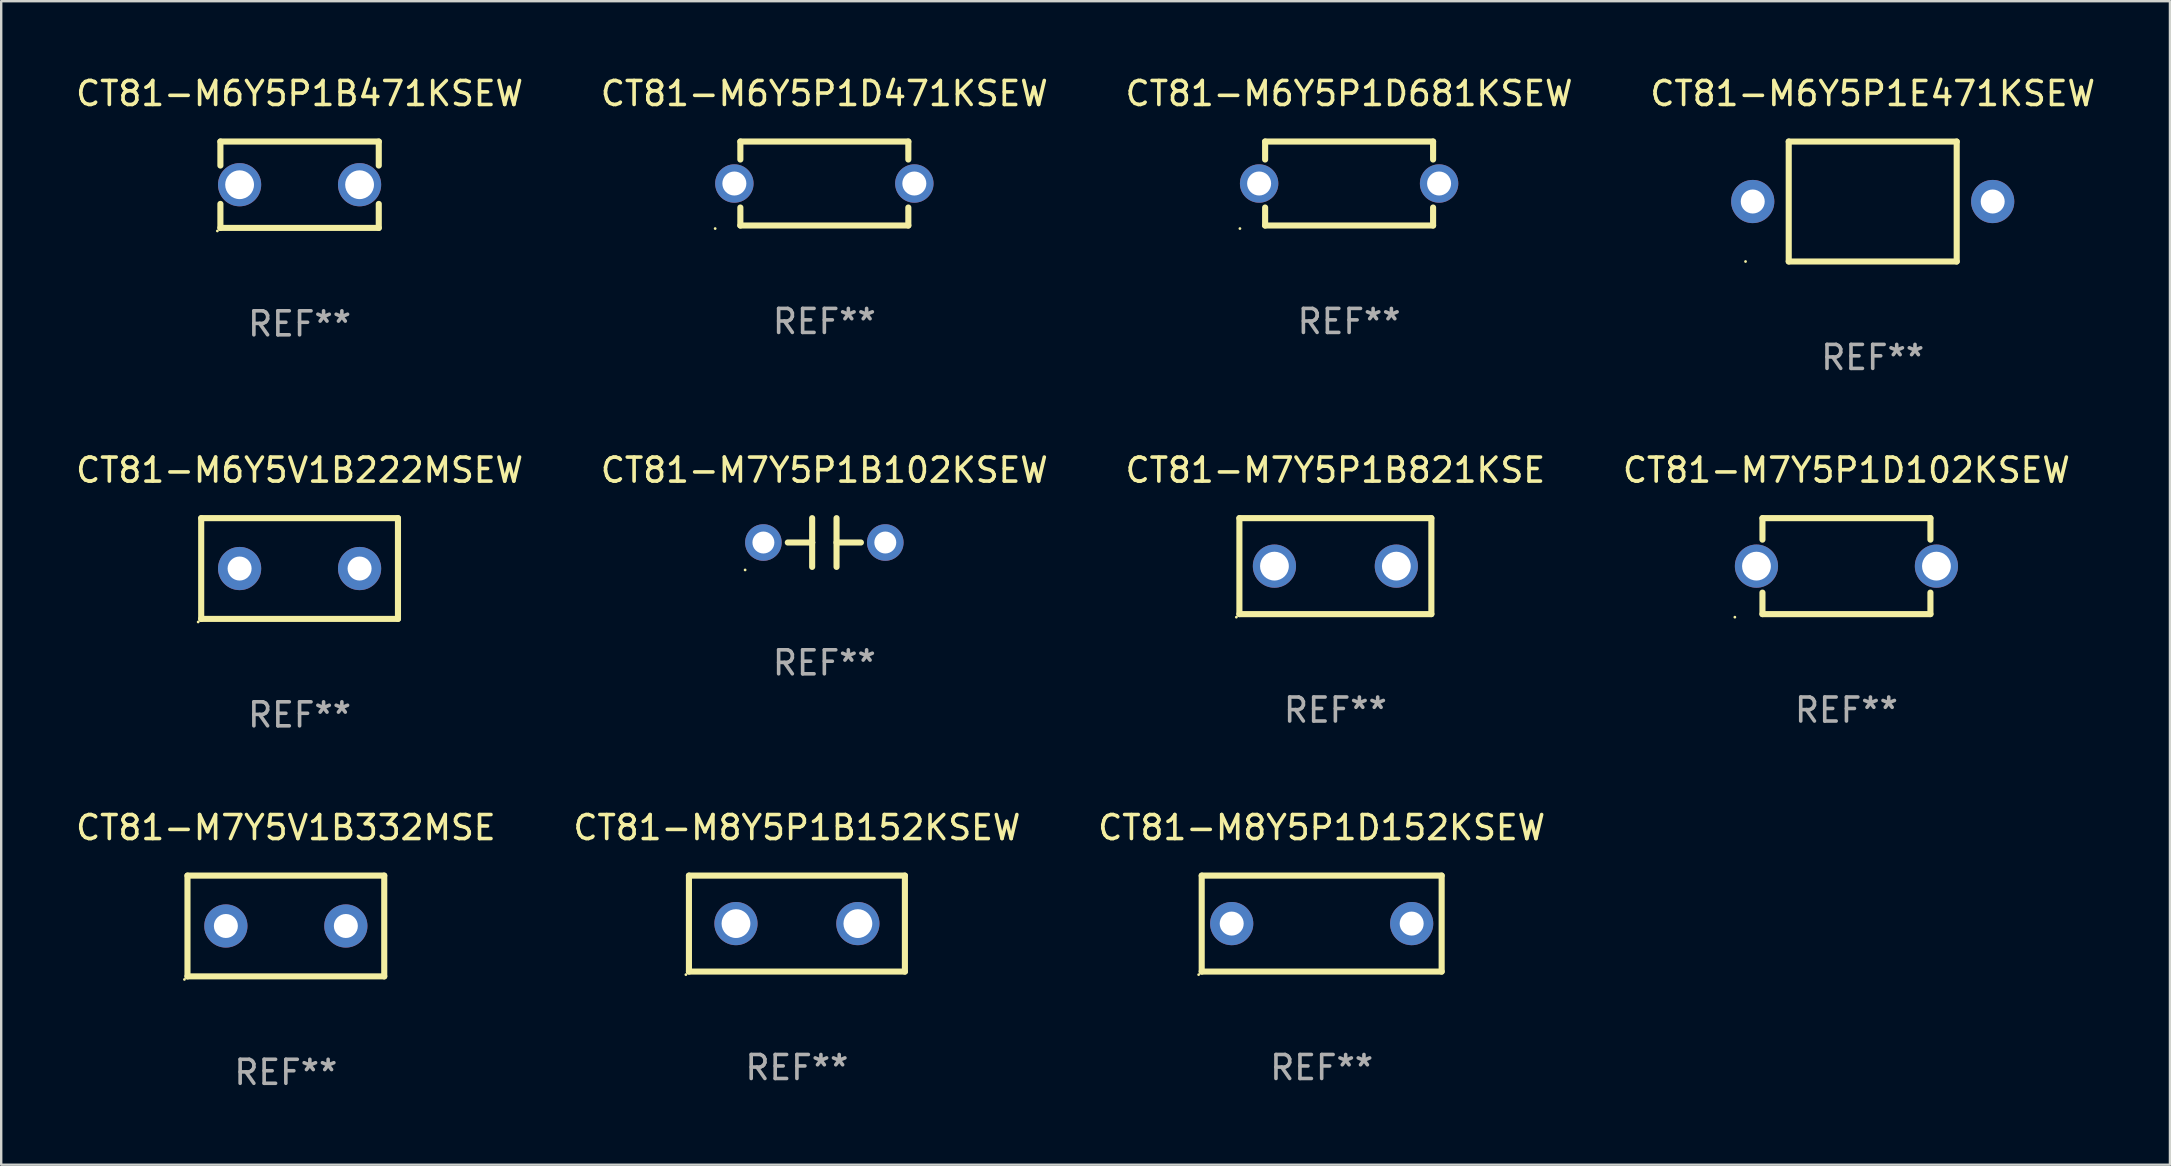
<source format=kicad_pcb>
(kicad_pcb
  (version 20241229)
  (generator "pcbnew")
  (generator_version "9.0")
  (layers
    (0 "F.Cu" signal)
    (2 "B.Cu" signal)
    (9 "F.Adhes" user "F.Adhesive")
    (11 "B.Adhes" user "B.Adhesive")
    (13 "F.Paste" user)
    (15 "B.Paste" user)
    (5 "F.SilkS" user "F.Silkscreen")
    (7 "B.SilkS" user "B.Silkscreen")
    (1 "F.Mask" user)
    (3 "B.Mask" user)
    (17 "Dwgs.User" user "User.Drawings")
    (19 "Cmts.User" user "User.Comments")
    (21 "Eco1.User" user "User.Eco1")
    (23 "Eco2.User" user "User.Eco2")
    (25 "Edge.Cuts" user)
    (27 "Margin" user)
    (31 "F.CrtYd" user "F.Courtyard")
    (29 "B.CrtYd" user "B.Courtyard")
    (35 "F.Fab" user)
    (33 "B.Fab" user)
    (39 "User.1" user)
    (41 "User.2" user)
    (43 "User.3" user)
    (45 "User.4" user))
  (footprint "CT81-M6Y5P1B471KSEW"
    (layer "F.Cu")
    (at 9.435 4.648)
    (property "Reference" "CT81-M6Y5P1B471KSEW" (at 0 -3.8 0) (layer "F.SilkS") (effects (font (size 1 1) (thickness 0.15))))
    (attr through_hole)
    (fp_line (start -3.3 -1.8) (end -3.3 -0.799) (stroke (width 0.254) (type solid)) (layer "F.SilkS"))
    (fp_line (start -3.3 -1.8) (end 3.3 -1.8) (stroke (width 0.254) (type solid)) (layer "F.SilkS"))
    (fp_line (start -3.3 0.799) (end -3.3 1.8) (stroke (width 0.254) (type solid)) (layer "F.SilkS"))
    (fp_line (start 3.3 1.8) (end -3.3 1.8) (stroke (width 0.254) (type solid)) (layer "F.SilkS"))
    (fp_line (start 3.3 -1.8) (end 3.3 -0.799) (stroke (width 0.254) (type solid)) (layer "F.SilkS"))
    (fp_line (start 3.3 0.799) (end 3.3 1.8) (stroke (width 0.254) (type solid)) (layer "F.SilkS"))
    (fp_circle (center -3.427 1.927) (end -3.397 1.927) (stroke (width 0.06) (type solid)) (fill no) (layer "F.SilkS"))
    (fp_text user "REF**" (at 0 5.8 0) (layer "F.Fab") (effects (font (size 1 1) (thickness 0.15))))
    (pad "1" thru_hole circle (at -2.5 0) (size 1.8 1.8) (drill 1.2) (layers "*.Cu" "*.Mask"))
    (pad "2" thru_hole circle (at 2.5 0) (size 1.8 1.8) (drill 1.2) (layers "*.Cu" "*.Mask")))
  (footprint "CT81-M7Y5V1B332MSE"
    (layer "F.Cu")
    (at 8.863 35.54)
    (property "Reference" "CT81-M7Y5V1B332MSE" (at 0 -4.1 0) (layer "F.SilkS") (effects (font (size 1 1) (thickness 0.15))))
    (attr through_hole)
    (fp_line (start -4.1 -2.1) (end -4.1 2.1) (stroke (width 0.254) (type solid)) (layer "F.SilkS"))
    (fp_line (start -4.1 -2.1) (end 4.1 -2.1) (stroke (width 0.254) (type solid)) (layer "F.SilkS"))
    (fp_line (start -4.1 2.1) (end 4.1 2.1) (stroke (width 0.254) (type solid)) (layer "F.SilkS"))
    (fp_line (start 4.1 -2.1) (end 4.1 2.1) (stroke (width 0.254) (type solid)) (layer "F.SilkS"))
    (fp_circle (center -4.227 2.227) (end -4.197 2.227) (stroke (width 0.06) (type solid)) (fill no) (layer "F.SilkS"))
    (fp_text user "REF**" (at 0 6.1 0) (layer "F.Fab") (effects (font (size 1 1) (thickness 0.15))))
    (pad "1" thru_hole circle (at -2.5 0) (size 1.8 1.8) (drill 1) (layers "*.Cu" "*.Mask"))
    (pad "2" thru_hole circle (at 2.5 0) (size 1.8 1.8) (drill 1) (layers "*.Cu" "*.Mask")))
  (footprint "CT81-M6Y5P1D681KSEW"
    (layer "F.Cu")
    (at 53.173 4.598)
    (property "Reference" "CT81-M6Y5P1D681KSEW" (at 0 -3.75 0) (layer "F.SilkS") (effects (font (size 1 1) (thickness 0.15))))
    (attr through_hole)
    (fp_line (start -3.5 -1.75) (end -3.5 -1) (stroke (width 0.254) (type solid)) (layer "F.SilkS"))
    (fp_line (start -3.5 -1.75) (end 3.5 -1.75) (stroke (width 0.254) (type solid)) (layer "F.SilkS"))
    (fp_line (start -3.5 1) (end -3.5 1.75) (stroke (width 0.254) (type solid)) (layer "F.SilkS"))
    (fp_line (start 3.5 -1.75) (end 3.5 -1) (stroke (width 0.254) (type solid)) (layer "F.SilkS"))
    (fp_line (start 3.5 1) (end 3.5 1.75) (stroke (width 0.254) (type solid)) (layer "F.SilkS"))
    (fp_line (start 3.5 1.75) (end -3.5 1.75) (stroke (width 0.254) (type solid)) (layer "F.SilkS"))
    (fp_circle (center -4.55 1.877) (end -4.52 1.877) (stroke (width 0.06) (type solid)) (fill no) (layer "F.SilkS"))
    (fp_text user "REF**" (at 0 5.75 0) (layer "F.Fab") (effects (font (size 1 1) (thickness 0.15))))
    (pad "1" thru_hole circle (at -3.75 -0.000038) (size 1.6 1.6) (drill 1) (layers "*.Cu" "*.Mask"))
    (pad "2" thru_hole circle (at 3.75 -0.000038) (size 1.6 1.6) (drill 1) (layers "*.Cu" "*.Mask")))
  (footprint "CT81-M7Y5P1B821KSE"
    (layer "F.Cu")
    (at 52.601 20.543)
    (property "Reference" "CT81-M7Y5P1B821KSE" (at 0 -4 0) (layer "F.SilkS") (effects (font (size 1 1) (thickness 0.15))))
    (attr through_hole)
    (fp_line (start -4 -2) (end 4 -2) (stroke (width 0.254) (type solid)) (layer "F.SilkS"))
    (fp_line (start -4 2) (end -4 -2) (stroke (width 0.254) (type solid)) (layer "F.SilkS"))
    (fp_line (start 4 -2) (end 4 2) (stroke (width 0.254) (type solid)) (layer "F.SilkS"))
    (fp_line (start 4 2) (end -4 2) (stroke (width 0.254) (type solid)) (layer "F.SilkS"))
    (fp_circle (center -4.127 2.127) (end -4.097 2.127) (stroke (width 0.06) (type solid)) (fill no) (layer "F.SilkS"))
    (fp_text user "REF**" (at 0 6 0) (layer "F.Fab") (effects (font (size 1 1) (thickness 0.15))))
    (pad "1" thru_hole circle (at -2.54 0) (size 1.8 1.8) (drill 1.2) (layers "*.Cu" "*.Mask"))
    (pad "2" thru_hole circle (at 2.54 0) (size 1.8 1.8) (drill 1.2) (layers "*.Cu" "*.Mask")))
  (footprint "CT81-M7Y5P1B102KSEW"
    (layer "F.Cu")
    (at 31.304 19.559)
    (property "Reference" "CT81-M7Y5P1B102KSEW" (at 0 -3.016 0) (layer "F.SilkS") (effects (font (size 1 1) (thickness 0.15))))
    (attr through_hole)
    (fp_line (start -1.524 0) (end -0.508 0) (stroke (width 0.254) (type solid)) (layer "F.SilkS"))
    (fp_line (start -0.508 0) (end -0.508 -1.016) (stroke (width 0.254) (type solid)) (layer "F.SilkS"))
    (fp_line (start -0.508 0) (end -0.508 1.016) (stroke (width 0.254) (type solid)) (layer "F.SilkS"))
    (fp_line (start 0.508 -1.016) (end 0.508 1.016) (stroke (width 0.254) (type solid)) (layer "F.SilkS"))
    (fp_line (start 1.524 0) (end 0.508 0) (stroke (width 0.254) (type solid)) (layer "F.SilkS"))
    (fp_circle (center -3.302 1.143) (end -3.272 1.143) (stroke (width 0.06) (type solid)) (fill no) (layer "F.SilkS"))
    (fp_text user "REF**" (at 0 5.016 0) (layer "F.Fab") (effects (font (size 1 1) (thickness 0.15))))
    (pad "1" thru_hole circle (at -2.54 0) (size 1.524 1.524) (drill 0.914) (layers "*.Cu" "*.Mask"))
    (pad "2" thru_hole circle (at 2.54 0) (size 1.524 1.524) (drill 0.914) (layers "*.Cu" "*.Mask")))
  (footprint "CT81-M6Y5P1D471KSEW"
    (layer "F.Cu")
    (at 31.304 4.598)
    (property "Reference" "CT81-M6Y5P1D471KSEW" (at 0 -3.75 0) (layer "F.SilkS") (effects (font (size 1 1) (thickness 0.15))))
    (attr through_hole)
    (fp_line (start -3.5 -1.75) (end -3.5 -1) (stroke (width 0.254) (type solid)) (layer "F.SilkS"))
    (fp_line (start -3.5 -1.75) (end 3.5 -1.75) (stroke (width 0.254) (type solid)) (layer "F.SilkS"))
    (fp_line (start -3.5 1) (end -3.5 1.75) (stroke (width 0.254) (type solid)) (layer "F.SilkS"))
    (fp_line (start 3.5 -1.75) (end 3.5 -1) (stroke (width 0.254) (type solid)) (layer "F.SilkS"))
    (fp_line (start 3.5 1) (end 3.5 1.75) (stroke (width 0.254) (type solid)) (layer "F.SilkS"))
    (fp_line (start 3.5 1.75) (end -3.5 1.75) (stroke (width 0.254) (type solid)) (layer "F.SilkS"))
    (fp_circle (center -4.55 1.877) (end -4.52 1.877) (stroke (width 0.06) (type solid)) (fill no) (layer "F.SilkS"))
    (fp_text user "REF**" (at 0 5.75 0) (layer "F.Fab") (effects (font (size 1 1) (thickness 0.15))))
    (pad "1" thru_hole circle (at -3.75 -0.000038) (size 1.6 1.6) (drill 1) (layers "*.Cu" "*.Mask"))
    (pad "2" thru_hole circle (at 3.75 -0.000038) (size 1.6 1.6) (drill 1) (layers "*.Cu" "*.Mask")))
  (footprint "CT81-M8Y5P1D152KSEW"
    (layer "F.Cu")
    (at 52.03 35.44)
    (property "Reference" "CT81-M8Y5P1D152KSEW" (at 0 -4 0) (layer "F.SilkS") (effects (font (size 1 1) (thickness 0.15))))
    (attr through_hole)
    (fp_line (start -5 -2) (end 5 -2) (stroke (width 0.254) (type solid)) (layer "F.SilkS"))
    (fp_line (start -5 2) (end -5 -2) (stroke (width 0.254) (type solid)) (layer "F.SilkS"))
    (fp_line (start 5 -2) (end 5 2) (stroke (width 0.254) (type solid)) (layer "F.SilkS"))
    (fp_line (start 5 2) (end -5 2) (stroke (width 0.254) (type solid)) (layer "F.SilkS"))
    (fp_circle (center -5.127 2.127) (end -5.097 2.127) (stroke (width 0.06) (type solid)) (fill no) (layer "F.SilkS"))
    (fp_text user "REF**" (at 0 6 0) (layer "F.Fab") (effects (font (size 1 1) (thickness 0.15))))
    (pad "1" thru_hole circle (at -3.75 0) (size 1.8 1.8) (drill 1) (layers "*.Cu" "*.Mask"))
    (pad "2" thru_hole circle (at 3.75 0) (size 1.8 1.8) (drill 1) (layers "*.Cu" "*.Mask")))
  (footprint "CT81-M8Y5P1B152KSEW"
    (layer "F.Cu")
    (at 30.161 35.44)
    (property "Reference" "CT81-M8Y5P1B152KSEW" (at 0 -4 0) (layer "F.SilkS") (effects (font (size 1 1) (thickness 0.15))))
    (attr through_hole)
    (fp_line (start -4.5 -2) (end 4.5 -2) (stroke (width 0.254) (type solid)) (layer "F.SilkS"))
    (fp_line (start -4.5 2) (end -4.5 -2) (stroke (width 0.254) (type solid)) (layer "F.SilkS"))
    (fp_line (start 4.5 -2) (end 4.5 2) (stroke (width 0.254) (type solid)) (layer "F.SilkS"))
    (fp_line (start 4.5 2) (end -4.5 2) (stroke (width 0.254) (type solid)) (layer "F.SilkS"))
    (fp_circle (center -4.627 2.127) (end -4.597 2.127) (stroke (width 0.06) (type solid)) (fill no) (layer "F.SilkS"))
    (fp_text user "REF**" (at 0 6 0) (layer "F.Fab") (effects (font (size 1 1) (thickness 0.15))))
    (pad "1" thru_hole circle (at -2.54 0) (size 1.8 1.8) (drill 1.2) (layers "*.Cu" "*.Mask"))
    (pad "2" thru_hole circle (at 2.54 0) (size 1.8 1.8) (drill 1.2) (layers "*.Cu" "*.Mask")))
  (footprint "CT81-M7Y5P1D102KSEW"
    (layer "F.Cu")
    (at 73.899 20.543)
    (property "Reference" "CT81-M7Y5P1D102KSEW" (at 0 -4 0) (layer "F.SilkS") (effects (font (size 1 1) (thickness 0.15))))
    (attr through_hole)
    (fp_line (start -3.5 -2) (end -3.5 -1.103) (stroke (width 0.254) (type solid)) (layer "F.SilkS"))
    (fp_line (start -3.5 -2) (end 3.5 -2) (stroke (width 0.254) (type solid)) (layer "F.SilkS"))
    (fp_line (start -3.5 1.103) (end -3.5 2) (stroke (width 0.254) (type solid)) (layer "F.SilkS"))
    (fp_line (start 3.5 -1.103) (end 3.5 -2) (stroke (width 0.254) (type solid)) (layer "F.SilkS"))
    (fp_line (start 3.5 2) (end -3.5 2) (stroke (width 0.254) (type solid)) (layer "F.SilkS"))
    (fp_line (start 3.5 2) (end 3.5 1.103) (stroke (width 0.254) (type solid)) (layer "F.SilkS"))
    (fp_circle (center -4.65 2.127) (end -4.62 2.127) (stroke (width 0.06) (type solid)) (fill no) (layer "F.SilkS"))
    (fp_text user "REF**" (at 0 6 0) (layer "F.Fab") (effects (font (size 1 1) (thickness 0.15))))
    (pad "1" thru_hole circle (at -3.75 0) (size 1.8 1.8) (drill 1.2) (layers "*.Cu" "*.Mask"))
    (pad "2" thru_hole circle (at 3.75 0) (size 1.8 1.8) (drill 1.2) (layers "*.Cu" "*.Mask")))
  (footprint "CT81-M6Y5V1B222MSEW"
    (layer "F.Cu")
    (at 9.435 20.643)
    (property "Reference" "CT81-M6Y5V1B222MSEW" (at 0 -4.1 0) (layer "F.SilkS") (effects (font (size 1 1) (thickness 0.15))))
    (attr through_hole)
    (fp_line (start -4.1 -2.1) (end -4.1 2.1) (stroke (width 0.254) (type solid)) (layer "F.SilkS"))
    (fp_line (start -4.1 -2.1) (end 4.1 -2.1) (stroke (width 0.254) (type solid)) (layer "F.SilkS"))
    (fp_line (start -4.1 2.1) (end 4.1 2.1) (stroke (width 0.254) (type solid)) (layer "F.SilkS"))
    (fp_line (start 4.1 -2.1) (end 4.1 2.1) (stroke (width 0.254) (type solid)) (layer "F.SilkS"))
    (fp_circle (center -4.227 2.227) (end -4.197 2.227) (stroke (width 0.06) (type solid)) (fill no) (layer "F.SilkS"))
    (fp_text user "REF**" (at 0 6.1 0) (layer "F.Fab") (effects (font (size 1 1) (thickness 0.15))))
    (pad "1" thru_hole circle (at -2.5 0) (size 1.8 1.8) (drill 1) (layers "*.Cu" "*.Mask"))
    (pad "2" thru_hole circle (at 2.5 0) (size 1.8 1.8) (drill 1) (layers "*.Cu" "*.Mask")))
  (footprint "CT81-M6Y5P1E471KSEW"
    (layer "F.Cu")
    (at 74.994 5.348)
    (property "Reference" "CT81-M6Y5P1E471KSEW" (at 0 -4.499 0) (layer "F.SilkS") (effects (font (size 1 1) (thickness 0.15))))
    (attr through_hole)
    (fp_line (start -3.5 -2.499) (end 3.5 -2.499) (stroke (width 0.254) (type solid)) (layer "F.SilkS"))
    (fp_line (start -3.5 2.499) (end -3.5 -2.499) (stroke (width 0.254) (type solid)) (layer "F.SilkS"))
    (fp_line (start 3.5 -2.499) (end 3.5 2.499) (stroke (width 0.254) (type solid)) (layer "F.SilkS"))
    (fp_line (start 3.5 2.499) (end -3.5 2.499) (stroke (width 0.254) (type solid)) (layer "F.SilkS"))
    (fp_circle (center -5.3 2.5) (end -5.27 2.5) (stroke (width 0.06) (type solid)) (fill no) (layer "F.SilkS"))
    (fp_text user "REF**" (at 0 6.499 0) (layer "F.Fab") (effects (font (size 1 1) (thickness 0.15))))
    (pad "1" thru_hole circle (at -5 0) (size 1.8 1.8) (drill 1) (layers "*.Cu" "*.Mask"))
    (pad "2" thru_hole circle (at 5 0) (size 1.8 1.8) (drill 1) (layers "*.Cu" "*.Mask")))
  (gr_rect
    (start -3 -3)
    (end 87.381 45.488)
    (stroke (width 0.1) (type default))
    (fill no)
    (layer "Edge.Cuts")))
</source>
